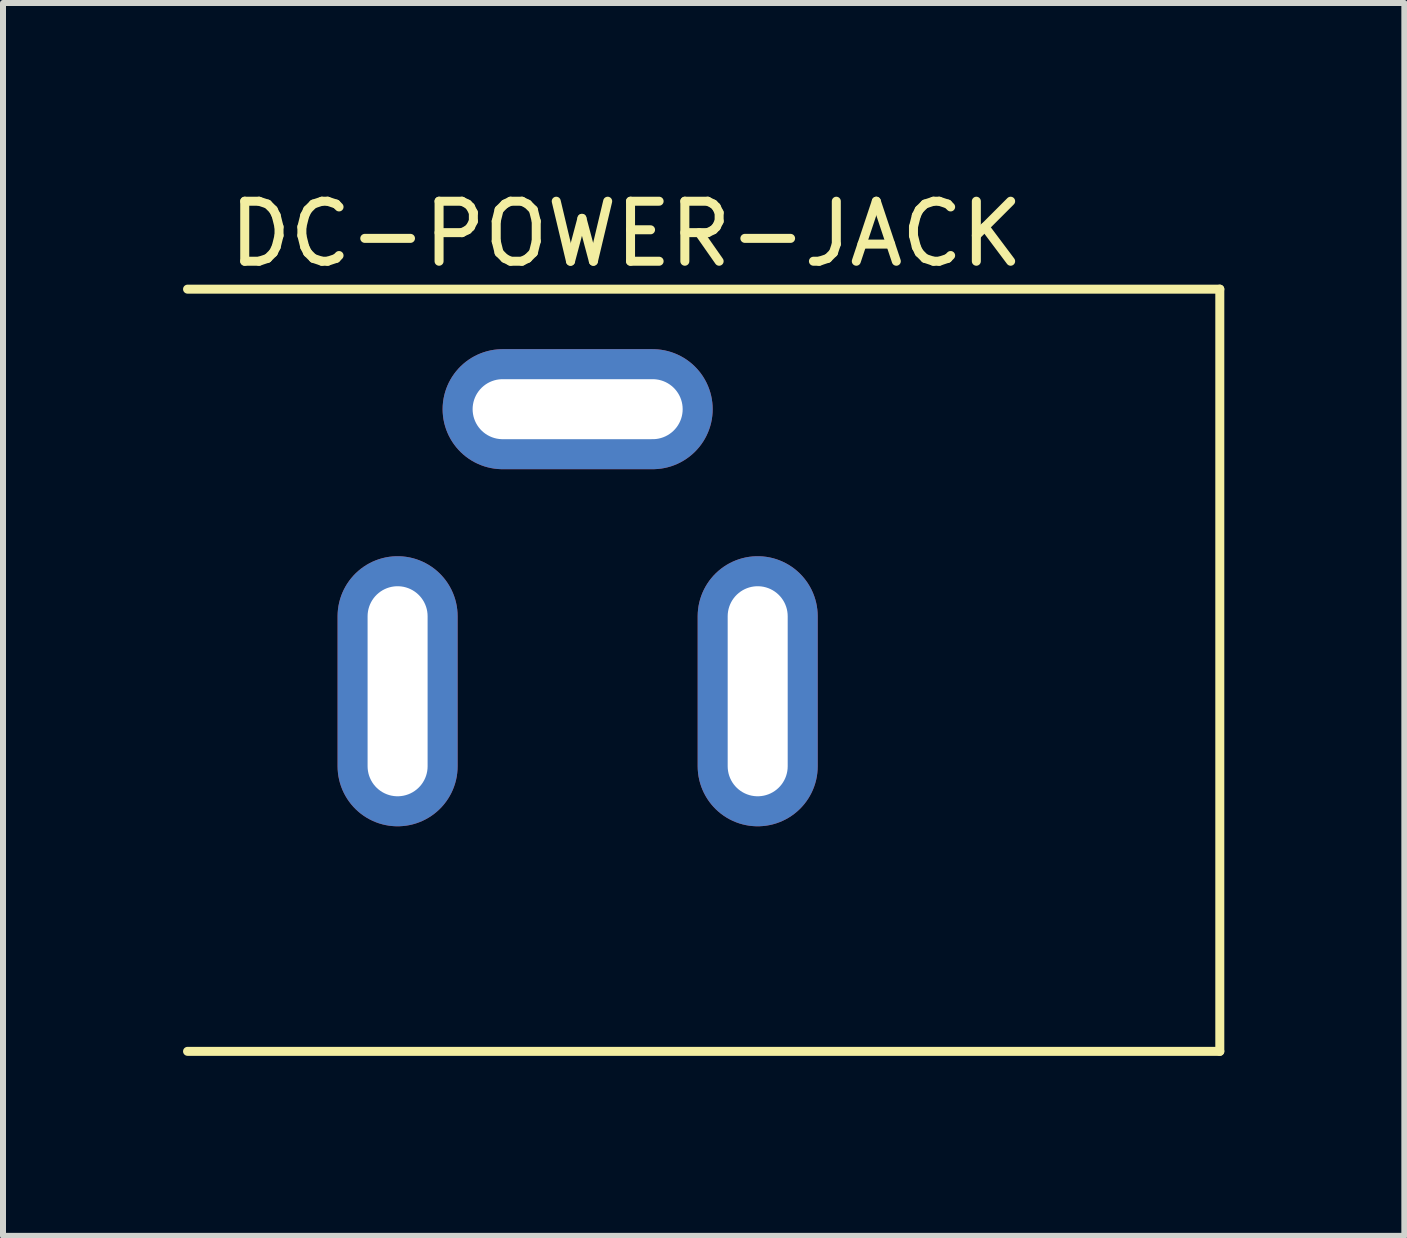
<source format=kicad_pcb>
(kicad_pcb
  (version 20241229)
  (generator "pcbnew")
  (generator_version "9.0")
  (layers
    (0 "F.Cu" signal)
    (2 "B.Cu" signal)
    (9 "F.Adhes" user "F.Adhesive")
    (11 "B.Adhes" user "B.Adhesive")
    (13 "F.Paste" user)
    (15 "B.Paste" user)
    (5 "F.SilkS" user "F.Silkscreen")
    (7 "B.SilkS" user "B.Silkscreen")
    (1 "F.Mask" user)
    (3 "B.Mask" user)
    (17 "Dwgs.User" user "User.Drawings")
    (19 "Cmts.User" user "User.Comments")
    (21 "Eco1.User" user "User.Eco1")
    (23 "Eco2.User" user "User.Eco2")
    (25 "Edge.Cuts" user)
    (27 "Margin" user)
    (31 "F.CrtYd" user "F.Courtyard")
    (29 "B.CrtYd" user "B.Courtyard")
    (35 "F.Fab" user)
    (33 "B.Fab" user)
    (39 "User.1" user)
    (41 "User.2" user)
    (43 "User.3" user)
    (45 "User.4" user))
  (footprint "DC-POWER-JACK"
    (layer "F.Cu")
    (at 3.575 8.468)
    (property "Reference" "DC-POWER-JACK" (at 3.81 -7.62 0) (layer "F.SilkS") (effects (font (size 1 1) (thickness 0.15))))
    (attr through_hole)
    (fp_line (start 13.7 -6.7) (end -3.5 -6.7) (stroke (width 0.15) (type solid)) (layer "F.SilkS"))
    (fp_line (start 13.7 -6.7) (end 13.7 6) (stroke (width 0.15) (type solid)) (layer "F.SilkS"))
    (fp_line (start 13.7 6) (end -3.5 6) (stroke (width 0.15) (type solid)) (layer "F.SilkS"))
    (pad "1" thru_hole oval (at 0 0) (size 2 4.5) (drill oval 1 3.5) (layers "*.Cu" "*.Mask"))
    (pad "2" thru_hole oval (at 6 0) (size 2 4.5) (drill oval 1 3.5) (layers "*.Cu" "*.Mask"))
    (pad "3" thru_hole oval (at 3 -4.7 90) (size 2 4.5) (drill oval 1 3.5) (layers "*.Cu" "*.Mask")))
  (gr_rect
    (start -3 -3)
    (end 20.35 17.543)
    (stroke (width 0.1) (type default))
    (fill no)
    (layer "Edge.Cuts")))
</source>
